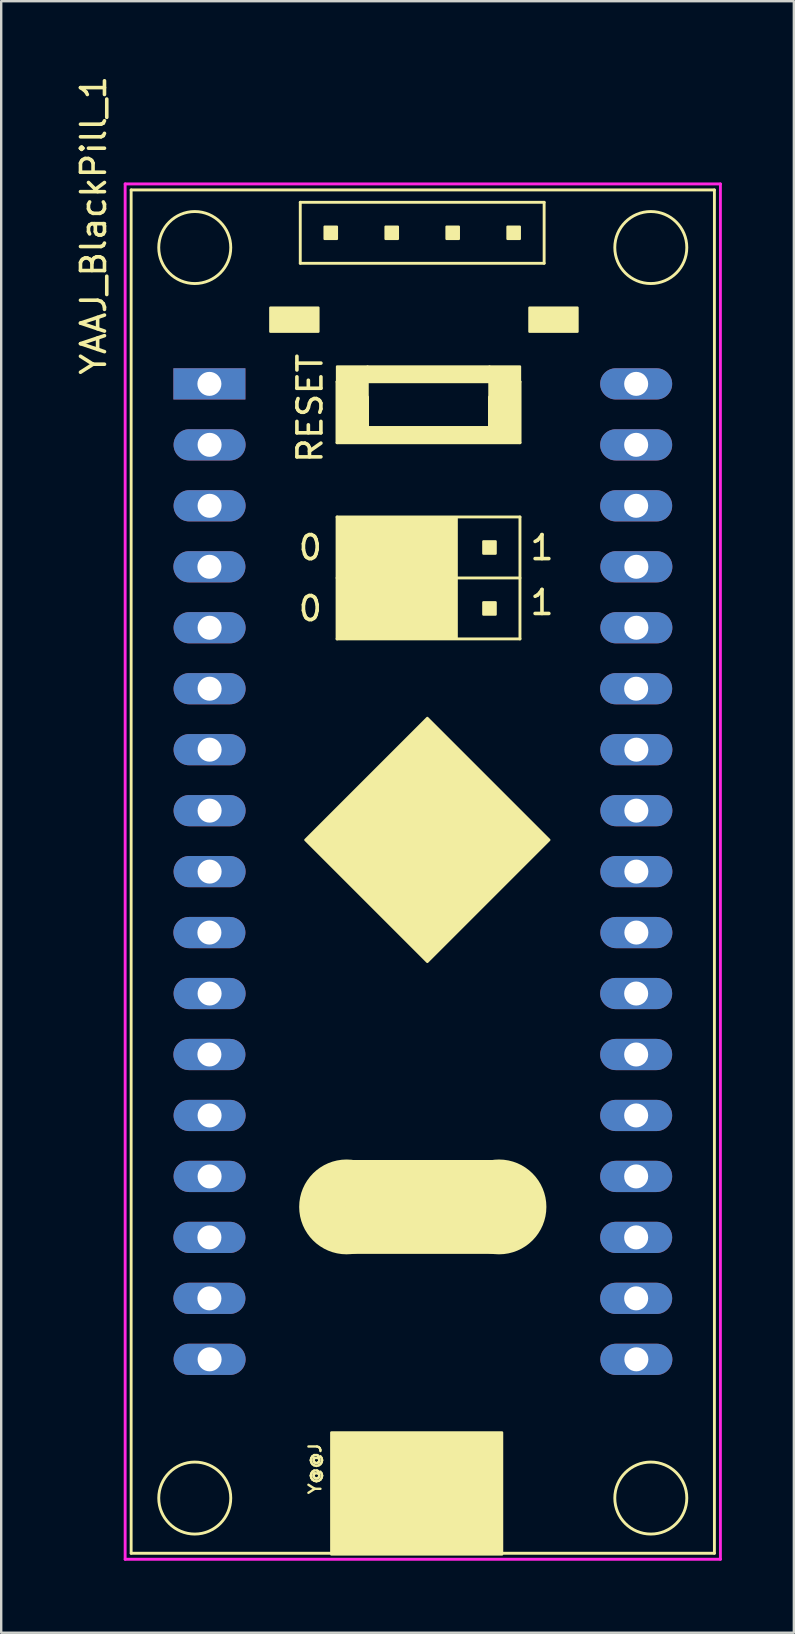
<source format=kicad_pcb>
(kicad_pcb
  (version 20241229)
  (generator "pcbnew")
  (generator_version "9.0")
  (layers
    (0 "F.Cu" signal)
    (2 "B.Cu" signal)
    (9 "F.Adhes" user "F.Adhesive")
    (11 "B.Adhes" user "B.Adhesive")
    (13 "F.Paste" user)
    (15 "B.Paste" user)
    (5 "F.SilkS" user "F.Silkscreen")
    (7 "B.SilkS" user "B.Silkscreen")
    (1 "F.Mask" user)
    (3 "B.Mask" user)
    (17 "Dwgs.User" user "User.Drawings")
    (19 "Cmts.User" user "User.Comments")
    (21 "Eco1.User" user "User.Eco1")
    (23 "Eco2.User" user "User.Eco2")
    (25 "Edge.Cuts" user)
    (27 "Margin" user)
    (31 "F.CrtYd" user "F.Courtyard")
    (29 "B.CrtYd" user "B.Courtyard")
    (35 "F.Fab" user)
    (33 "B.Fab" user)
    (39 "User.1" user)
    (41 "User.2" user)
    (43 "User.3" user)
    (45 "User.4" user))
  (footprint "YAAJ_BlackPill_1"
    (layer "F.Cu")
    (at 14.564 33.263)
    (property "Reference" "YAAJ_BlackPill_1" (at -13.716 -26.924 270) (layer "F.SilkS") (effects (font (size 1 1) (thickness 0.15))))
    (attr through_hole)
    (fp_line (start -12.15 -28.4) (end 12.15 -28.4) (stroke (width 0.12) (type solid)) (layer "F.SilkS"))
    (fp_line (start -12.15 28.4) (end -12.15 -28.4) (stroke (width 0.12) (type solid)) (layer "F.SilkS"))
    (fp_line (start -5.104 -27.884) (end -5.104 -25.344) (stroke (width 0.12) (type solid)) (layer "F.SilkS"))
    (fp_line (start -5.104 -25.344) (end 5.056 -25.344) (stroke (width 0.12) (type solid)) (layer "F.SilkS"))
    (fp_line (start -3.571 -20.408) (end 4.049 -20.408) (stroke (width 0.12) (type solid)) (layer "F.SilkS"))
    (fp_line (start -3.571 -17.868) (end -3.571 -20.408) (stroke (width 0.12) (type solid)) (layer "F.SilkS"))
    (fp_line (start -3.571 -14.774) (end -3.571 -9.694) (stroke (width 0.12) (type solid)) (layer "F.SilkS"))
    (fp_line (start -3.571 -12.234) (end 4.049 -12.234) (stroke (width 0.12) (type solid)) (layer "F.SilkS"))
    (fp_line (start -3.571 -9.694) (end 4.049 -9.694) (stroke (width 0.12) (type solid)) (layer "F.SilkS"))
    (fp_line (start -2.301 -18.503) (end -2.301 -19.773) (stroke (width 0.12) (type solid)) (layer "F.SilkS"))
    (fp_line (start 2.779 -19.773) (end 2.779 -18.503) (stroke (width 0.12) (type solid)) (layer "F.SilkS"))
    (fp_line (start 2.779 -18.503) (end -2.301 -18.503) (stroke (width 0.12) (type solid)) (layer "F.SilkS"))
    (fp_line (start 4.049 -20.408) (end 4.049 -17.868) (stroke (width 0.12) (type solid)) (layer "F.SilkS"))
    (fp_line (start 4.049 -17.868) (end -3.571 -17.868) (stroke (width 0.12) (type solid)) (layer "F.SilkS"))
    (fp_line (start 4.049 -14.774) (end -3.571 -14.774) (stroke (width 0.12) (type solid)) (layer "F.SilkS"))
    (fp_line (start 4.049 -9.694) (end 4.049 -14.774) (stroke (width 0.12) (type solid)) (layer "F.SilkS"))
    (fp_line (start 5.056 -27.884) (end -5.104 -27.884) (stroke (width 0.12) (type solid)) (layer "F.SilkS"))
    (fp_line (start 5.056 -25.344) (end 5.056 -27.884) (stroke (width 0.12) (type solid)) (layer "F.SilkS"))
    (fp_line (start 12.15 -28.4) (end 12.15 28.4) (stroke (width 0.12) (type solid)) (layer "F.SilkS"))
    (fp_line (start 12.15 28.4) (end -12.15 28.4) (stroke (width 0.12) (type solid)) (layer "F.SilkS"))
    (fp_circle (center -9.5 -26) (end -9.5 -24.5) (stroke (width 0.12) (type solid)) (fill no) (layer "F.SilkS"))
    (fp_circle (center -9.5 26.1) (end -9.5 27.6) (stroke (width 0.12) (type solid)) (fill no) (layer "F.SilkS"))
    (fp_circle (center -3.175 13.97) (end -3.175 14.97) (stroke (width 1.95) (type solid)) (fill no) (layer "F.SilkS"))
    (fp_circle (center 3.175 13.97) (end 3.175 14.97) (stroke (width 1.95) (type solid)) (fill no) (layer "F.SilkS"))
    (fp_circle (center 9.5 -26) (end 9.5 -24.5) (stroke (width 0.12) (type solid)) (fill no) (layer "F.SilkS"))
    (fp_circle (center 9.5 26.1) (end 9.5 27.6) (stroke (width 0.12) (type solid)) (fill no) (layer "F.SilkS"))
    (fp_poly (pts (xy -4.35 -22.495) (xy -4.35 -23.495) (xy -6.35 -23.495) (xy -6.35 -22.495)) (stroke (width 0.1) (type solid)) (fill yes) (layer "F.SilkS"))
    (fp_poly (pts (xy -4.088 -26.868) (xy -4.088 -26.36) (xy -3.58 -26.36) (xy -3.58 -26.868)) (stroke (width 0.1) (type solid)) (fill yes) (layer "F.SilkS"))
    (fp_poly (pts (xy -3.81 23.368) (xy -3.81 28.448) (xy 3.302 28.448) (xy 3.302 23.368)) (stroke (width 0.1) (type solid)) (fill yes) (layer "F.SilkS"))
    (fp_poly (pts (xy -3.571 -17.868) (xy -3.571 -21.043) (xy -2.301 -21.043) (xy -2.301 -17.868)) (stroke (width 0.1) (type solid)) (fill yes) (layer "F.SilkS"))
    (fp_poly (pts (xy -3.49 -14.72) (xy 1.41 -14.72) (xy 1.41 -9.72) (xy -3.49 -9.72)) (stroke (width 0.1) (type solid)) (fill yes) (layer "F.SilkS"))
    (fp_poly (pts (xy -2.555 -13.25) (xy -2.047 -13.25) (xy -2.047 -13.758) (xy -2.555 -13.758)) (stroke (width 0.1) (type solid)) (fill yes) (layer "F.SilkS"))
    (fp_poly (pts (xy -2.555 -10.71) (xy -2.555 -11.218) (xy -2.047 -11.218) (xy -2.047 -10.71)) (stroke (width 0.1) (type solid)) (fill yes) (layer "F.SilkS"))
    (fp_poly (pts (xy -2.301 -20.408) (xy -2.301 -21.043) (xy 2.779 -21.043) (xy 2.779 -20.408)) (stroke (width 0.1) (type solid)) (fill yes) (layer "F.SilkS"))
    (fp_poly (pts (xy -2.301 -17.868) (xy -2.301 -18.503) (xy 2.779 -18.503) (xy 2.779 -17.868)) (stroke (width 0.1) (type solid)) (fill yes) (layer "F.SilkS"))
    (fp_poly (pts (xy -1.548 -26.868) (xy -1.548 -26.36) (xy -1.04 -26.36) (xy -1.04 -26.868)) (stroke (width 0.1) (type solid)) (fill yes) (layer "F.SilkS"))
    (fp_poly (pts (xy -0.015 -13.25) (xy -0.015 -13.758) (xy 0.493 -13.758) (xy 0.493 -13.25)) (stroke (width 0.1) (type solid)) (fill yes) (layer "F.SilkS"))
    (fp_poly (pts (xy -0.015 -10.71) (xy -0.015 -11.218) (xy 0.493 -11.218) (xy 0.493 -10.71)) (stroke (width 0.1) (type solid)) (fill yes) (layer "F.SilkS"))
    (fp_poly (pts (xy 0.19 -6.4) (xy -4.89 -1.32) (xy 0.19 3.76) (xy 5.27 -1.32)) (stroke (width 0.1) (type solid)) (fill yes) (layer "F.SilkS"))
    (fp_poly (pts (xy 0.992 -26.868) (xy 0.992 -26.36) (xy 1.5 -26.36) (xy 1.5 -26.868)) (stroke (width 0.1) (type solid)) (fill yes) (layer "F.SilkS"))
    (fp_poly (pts (xy 2.525 -13.25) (xy 2.525 -13.758) (xy 3.033 -13.758) (xy 3.033 -13.25)) (stroke (width 0.1) (type solid)) (fill yes) (layer "F.SilkS"))
    (fp_poly (pts (xy 2.525 -10.71) (xy 3.033 -10.71) (xy 3.033 -11.218) (xy 2.525 -11.218)) (stroke (width 0.1) (type solid)) (fill yes) (layer "F.SilkS"))
    (fp_poly (pts (xy 2.779 -17.868) (xy 2.779 -21.043) (xy 4.049 -21.043) (xy 4.049 -17.868)) (stroke (width 0.1) (type solid)) (fill yes) (layer "F.SilkS"))
    (fp_poly (pts (xy 3.175 12.065) (xy -3.175 12.065) (xy -3.175 15.875) (xy 3.175 15.875)) (stroke (width 0.1) (type solid)) (fill yes) (layer "F.SilkS"))
    (fp_poly (pts (xy 3.532 -26.868) (xy 3.532 -26.36) (xy 4.04 -26.36) (xy 4.04 -26.868)) (stroke (width 0.1) (type solid)) (fill yes) (layer "F.SilkS"))
    (fp_poly (pts (xy 6.445 -23.495) (xy 4.445 -23.495) (xy 4.445 -22.495) (xy 6.445 -22.495)) (stroke (width 0.1) (type solid)) (fill yes) (layer "F.SilkS"))
    (fp_line (start -12.4 -28.65) (end -12.4 28.65) (stroke (width 0.12) (type solid)) (layer "F.CrtYd"))
    (fp_line (start -12.4 28.65) (end 12.4 28.65) (stroke (width 0.12) (type solid)) (layer "F.CrtYd"))
    (fp_line (start 12.4 -28.65) (end -12.4 -28.65) (stroke (width 0.12) (type solid)) (layer "F.CrtYd"))
    (fp_line (start 12.4 28.65) (end 12.4 -28.65) (stroke (width 0.12) (type solid)) (layer "F.CrtYd"))
    (fp_text user "0" (at -4.686 -13.496 0) (layer "F.SilkS") (effects (font (size 1 1) (thickness 0.15))))
    (fp_text user "Y@@J" (at -4.49 24.88 270) (layer "F.SilkS") (effects (font (size 0.5 0.5) (thickness 0.1))))
    (fp_text user "1" (at 4.966 -13.496 0) (layer "F.SilkS") (effects (font (size 1 1) (thickness 0.15))))
    (fp_text user "1" (at 4.966 -11.21 0) (layer "F.SilkS") (effects (font (size 1 1) (thickness 0.15))))
    (fp_text user "RESET" (at -4.699 -19.304 270) (layer "F.SilkS") (effects (font (size 1 1) (thickness 0.15))))
    (fp_text user "0" (at -4.686 -10.956 0) (layer "F.SilkS") (effects (font (size 1 1) (thickness 0.15))))
    (pad "1" thru_hole rect (at -8.89 -20.32 270) (size 1.3 3) (drill 1) (layers "*.Cu" "*.Mask"))
    (pad "2" thru_hole oval (at -8.882 -17.78 270) (size 1.3 3) (drill 1) (layers "*.Cu" "*.Mask"))
    (pad "3" thru_hole oval (at -8.882 -15.24 270) (size 1.3 3) (drill 1) (layers "*.Cu" "*.Mask"))
    (pad "4" thru_hole oval (at -8.89 -12.7 270) (size 1.3 3) (drill 1) (layers "*.Cu" "*.Mask"))
    (pad "5" thru_hole oval (at -8.882 -10.16 270) (size 1.3 3) (drill 1) (layers "*.Cu" "*.Mask"))
    (pad "6" thru_hole oval (at -8.882 -7.62 270) (size 1.3 3) (drill 1) (layers "*.Cu" "*.Mask"))
    (pad "7" thru_hole oval (at -8.882 -5.08 270) (size 1.3 3) (drill 1) (layers "*.Cu" "*.Mask"))
    (pad "8" thru_hole oval (at -8.882 -2.54 270) (size 1.3 3) (drill 1) (layers "*.Cu" "*.Mask"))
    (pad "9" thru_hole oval (at -8.882 0 270) (size 1.3 3) (drill 1) (layers "*.Cu" "*.Mask"))
    (pad "10" thru_hole oval (at -8.89 2.54 270) (size 1.3 3) (drill 1) (layers "*.Cu" "*.Mask"))
    (pad "11" thru_hole oval (at -8.882 5.08 270) (size 1.3 3) (drill 1) (layers "*.Cu" "*.Mask"))
    (pad "12" thru_hole oval (at -8.89 7.62 270) (size 1.3 3) (drill 1) (layers "*.Cu" "*.Mask"))
    (pad "13" thru_hole oval (at -8.882 10.16 270) (size 1.3 3) (drill 1) (layers "*.Cu" "*.Mask"))
    (pad "14" thru_hole oval (at -8.882 12.7 270) (size 1.3 3) (drill 1) (layers "*.Cu" "*.Mask"))
    (pad "15" thru_hole oval (at -8.89 15.24 270) (size 1.3 3) (drill 1) (layers "*.Cu" "*.Mask"))
    (pad "16" thru_hole oval (at -8.89 17.78 270) (size 1.3 3) (drill 1) (layers "*.Cu" "*.Mask"))
    (pad "17" thru_hole oval (at -8.882 20.32 270) (size 1.3 3) (drill 1) (layers "*.Cu" "*.Mask"))
    (pad "18" thru_hole oval (at 8.898 20.32 270) (size 1.3 3) (drill 1) (layers "*.Cu" "*.Mask"))
    (pad "19" thru_hole oval (at 8.89 17.78 270) (size 1.3 3) (drill 1) (layers "*.Cu" "*.Mask"))
    (pad "20" thru_hole oval (at 8.89 15.24 270) (size 1.3 3) (drill 1) (layers "*.Cu" "*.Mask"))
    (pad "21" thru_hole oval (at 8.89 12.7 270) (size 1.3 3) (drill 1) (layers "*.Cu" "*.Mask"))
    (pad "22" thru_hole oval (at 8.89 10.16 270) (size 1.3 3) (drill 1) (layers "*.Cu" "*.Mask"))
    (pad "23" thru_hole oval (at 8.89 7.62 270) (size 1.3 3) (drill 1) (layers "*.Cu" "*.Mask"))
    (pad "24" thru_hole oval (at 8.89 5.08 270) (size 1.3 3) (drill 1) (layers "*.Cu" "*.Mask"))
    (pad "25" thru_hole oval (at 8.898 2.54 270) (size 1.3 3) (drill 1) (layers "*.Cu" "*.Mask"))
    (pad "26" thru_hole oval (at 8.898 0 270) (size 1.3 3) (drill 1) (layers "*.Cu" "*.Mask"))
    (pad "27" thru_hole oval (at 8.898 -2.54 270) (size 1.3 3) (drill 1) (layers "*.Cu" "*.Mask"))
    (pad "28" thru_hole oval (at 8.898 -5.08 270) (size 1.3 3) (drill 1) (layers "*.Cu" "*.Mask"))
    (pad "29" thru_hole oval (at 8.89 -7.62 270) (size 1.3 3) (drill 1) (layers "*.Cu" "*.Mask"))
    (pad "30" thru_hole oval (at 8.898 -10.16 270) (size 1.3 3) (drill 1) (layers "*.Cu" "*.Mask"))
    (pad "31" thru_hole oval (at 8.898 -12.7 270) (size 1.3 3) (drill 1) (layers "*.Cu" "*.Mask"))
    (pad "32" thru_hole oval (at 8.89 -15.24 270) (size 1.3 3) (drill 1) (layers "*.Cu" "*.Mask"))
    (pad "33" thru_hole oval (at 8.89 -17.78 270) (size 1.3 3) (drill 1) (layers "*.Cu" "*.Mask"))
    (pad "34" thru_hole oval (at 8.89 -20.32 270) (size 1.3 3) (drill 1) (layers "*.Cu" "*.Mask")))
  (gr_rect
    (start -3 -3)
    (end 30.024 64.973)
    (stroke (width 0.1) (type default))
    (fill no)
    (layer "Edge.Cuts")))
</source>
